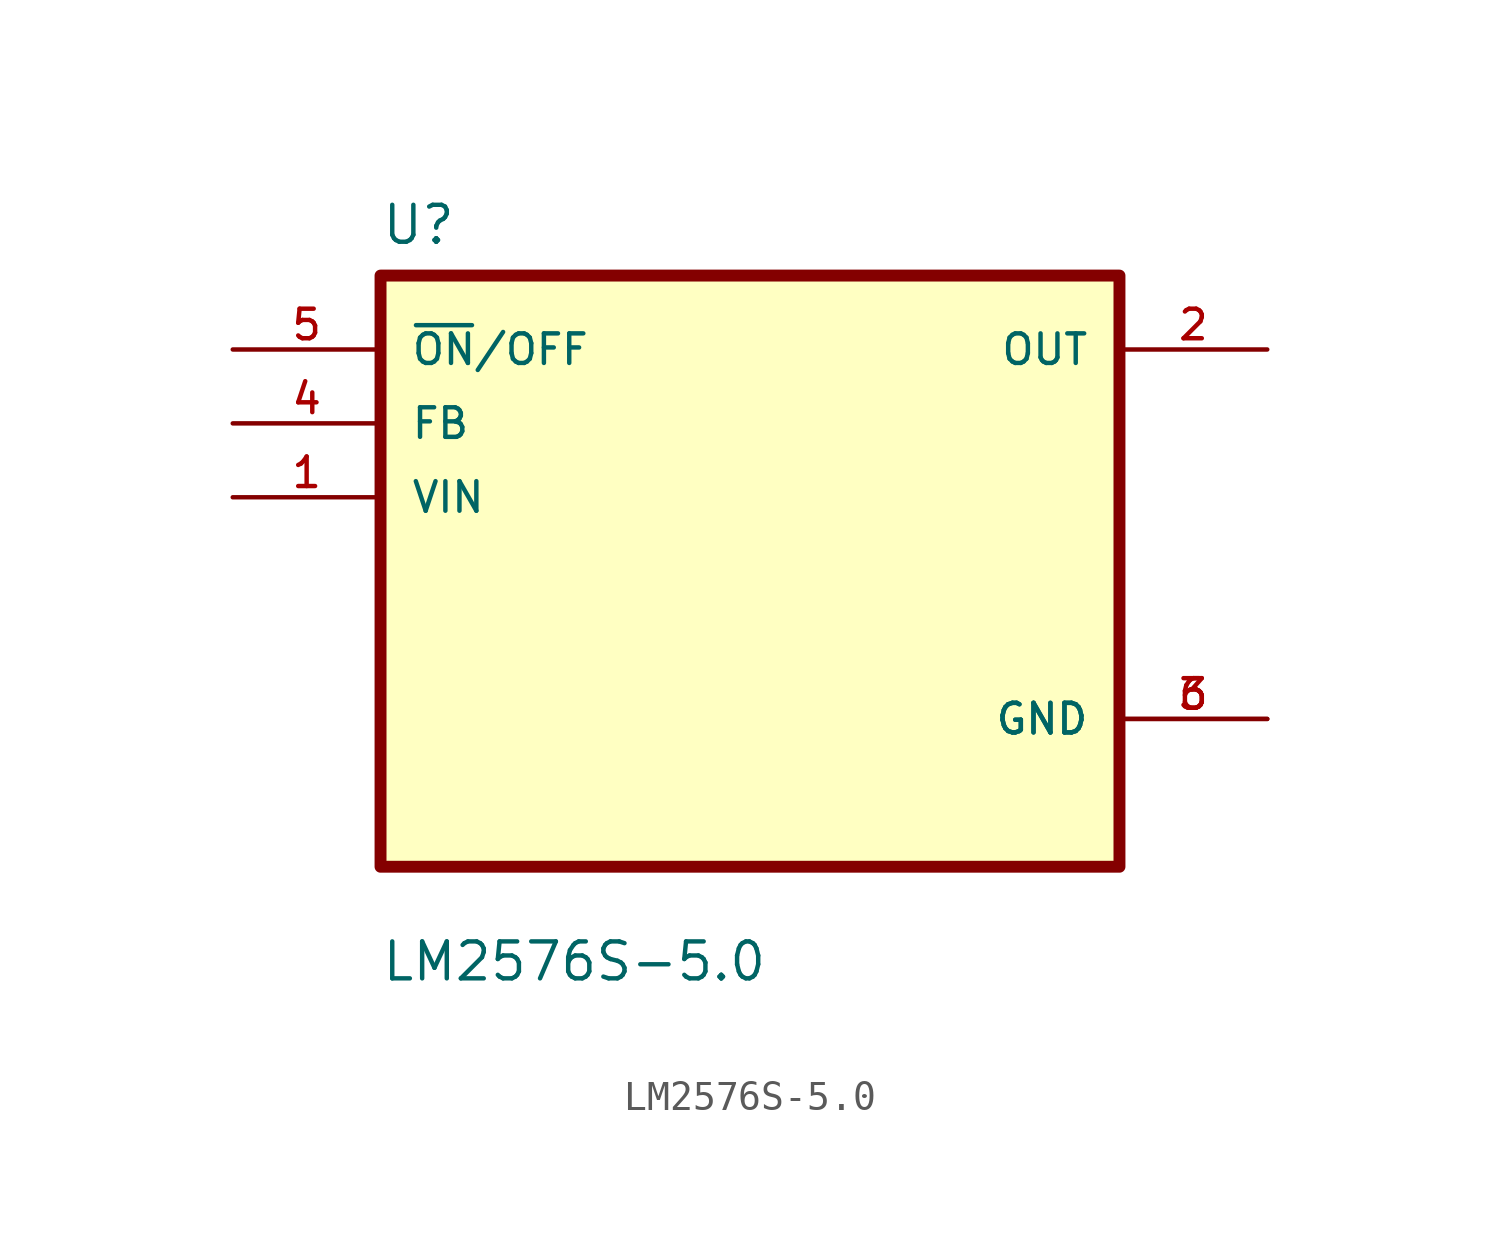
<source format=kicad_sym>
(kicad_symbol_lib
  (version 20211014)
  (generator kicad_symbol_editor)
  (symbol "LM2576S-5.0"
    (pin_names
      (offset 1.016))
    (property "Reference" "U"
      (at -12.7 11.16 0.0)
      (effects (font (size 1.27 1.27)) (justify bottom left)))
    (property "Value" "LM2576S-5.0"
      (at -12.7 -14.16 0.0)
      (effects (font (size 1.27 1.27)) (justify bottom left)))
    (symbol "LM2576S-5.0_0_0"
      (rectangle (start -12.7 -10.16) (end 12.7 10.16) (stroke (width 0.41)) (fill (type background)))
      (pin input line (at -17.78 7.62 0) (length 5.08) (name "~{ON}/OFF" (effects (font (size 1.016 1.016)))) (number "5" (effects (font (size 1.016 1.016)))))
      (pin input line (at -17.78 5.08 0) (length 5.08) (name "FB" (effects (font (size 1.016 1.016)))) (number "4" (effects (font (size 1.016 1.016)))))
      (pin input line (at -17.78 2.54 0) (length 5.08) (name "VIN" (effects (font (size 1.016 1.016)))) (number "1" (effects (font (size 1.016 1.016)))))
      (pin output line (at 17.78 7.62 180.0) (length 5.08) (name "OUT" (effects (font (size 1.016 1.016)))) (number "2" (effects (font (size 1.016 1.016)))))
      (pin power_in line (at 17.78 -5.08 180.0) (length 5.08) (name "GND" (effects (font (size 1.016 1.016)))) (number "3" (effects (font (size 1.016 1.016)))))
      (pin power_in line (at 17.78 -5.08 180.0) (length 5.08) (name "GND" (effects (font (size 1.016 1.016)))) (number "6" (effects (font (size 1.016 1.016))))))))
</source>
